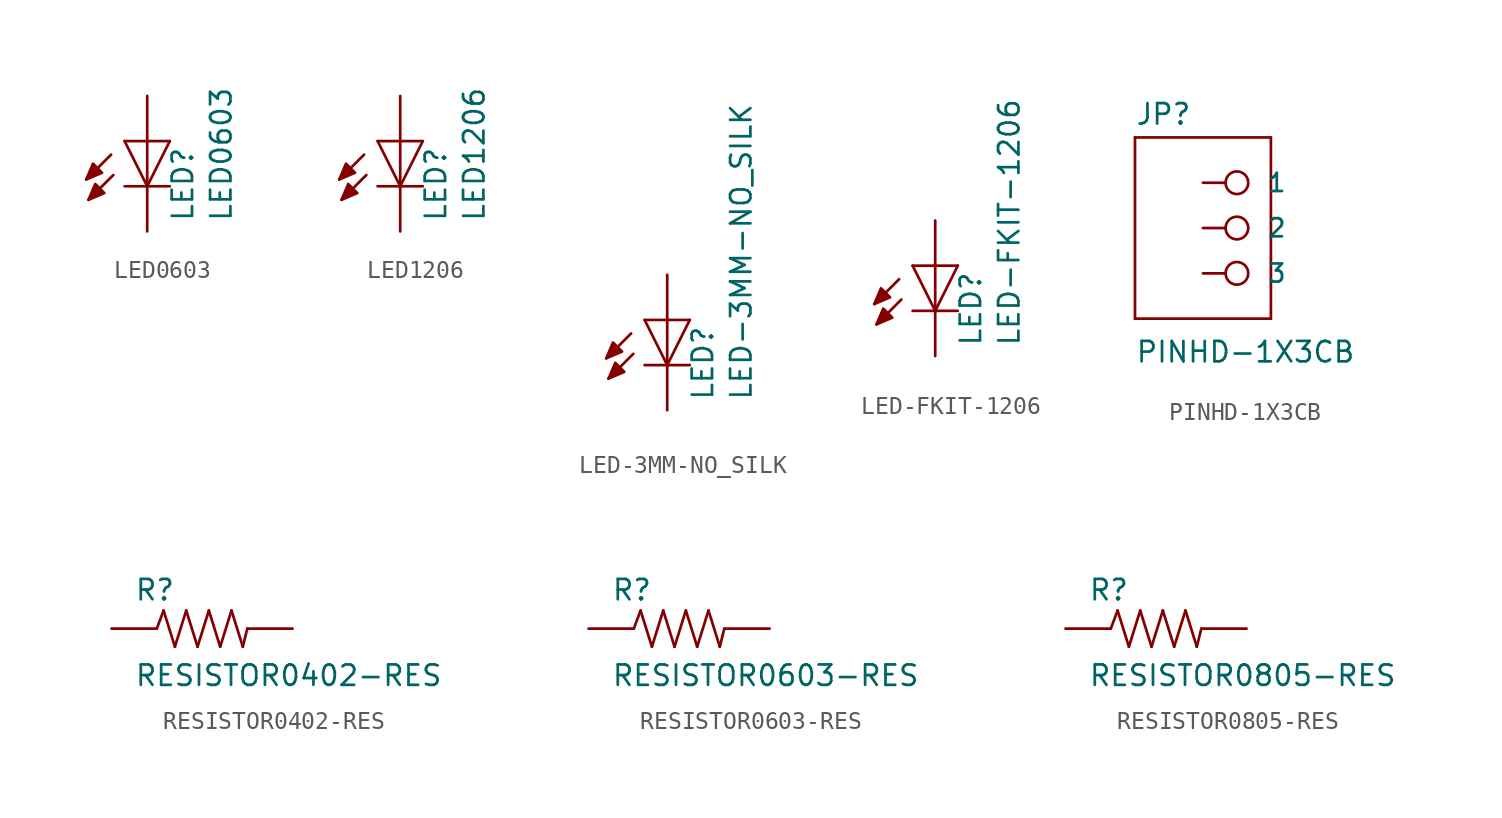
<source format=kicad_sym>
(kicad_symbol_lib
  (version 20211014)
  (generator kicad_symbol_editor)
  (symbol "LED0603"
    (pin_numbers hide)
    (pin_names
      (offset 1.016) hide)
    (property "Reference" "LED"
      (at 2.667 -4.572 90)
      (effects (font (size 1.143 1.143)) (justify left bottom)))
    (property "Value" "LED0603"
      (at 4.826 -4.572 90)
      (effects (font (size 1.143 1.143)) (justify left bottom)))
    (property "ki_locked" ""
      (at 0 0 0)
      (effects (font (size 1.27 1.27))))
    (symbol "LED0603_1_0"
      (polyline (pts (xy -2.032 -0.762) (xy -3.429 -2.159)) (stroke (width 0) (type default) (color 0 0 0 0)) (fill (type none)))
      (polyline (pts (xy -1.905 -1.905) (xy -3.302 -3.302)) (stroke (width 0) (type default) (color 0 0 0 0)) (fill (type none)))
      (polyline (pts (xy 0 -2.54) (xy -1.27 -2.54)) (stroke (width 0) (type default) (color 0 0 0 0)) (fill (type none)))
      (polyline (pts (xy 0 -2.54) (xy -1.27 0)) (stroke (width 0) (type default) (color 0 0 0 0)) (fill (type none)))
      (polyline (pts (xy 0 0) (xy -1.27 0)) (stroke (width 0) (type default) (color 0 0 0 0)) (fill (type none)))
      (polyline (pts (xy 0 0) (xy 0 -2.54)) (stroke (width 0) (type default) (color 0 0 0 0)) (fill (type none)))
      (polyline (pts (xy 1.27 -2.54) (xy 0 -2.54)) (stroke (width 0) (type default) (color 0 0 0 0)) (fill (type none)))
      (polyline (pts (xy 1.27 0) (xy 0 -2.54)) (stroke (width 0) (type default) (color 0 0 0 0)) (fill (type none)))
      (polyline (pts (xy 1.27 0) (xy 0 0)) (stroke (width 0) (type default) (color 0 0 0 0)) (fill (type none))))
    (symbol "LED0603_1_1"
      (polyline (pts (xy -3.429 -2.159) (xy -3.048 -1.27) (xy -3.048 -1.27) (xy -2.54 -1.778) (xy -2.54 -1.778) (xy -3.429 -2.159)) (stroke (width 0) (type default) (color 0 0 0 0)) (fill (type outline)))
      (polyline (pts (xy -3.302 -3.302) (xy -2.921 -2.413) (xy -2.921 -2.413) (xy -2.413 -2.921) (xy -2.413 -2.921) (xy -3.302 -3.302)) (stroke (width 0) (type default) (color 0 0 0 0)) (fill (type outline)))
      (pin passive line (at 0 2.54 270) (length 2.54) (name "A" (effects (font (size 1.016 1.016)))) (number "A" (effects (font (size 1.016 1.016)))))
      (pin passive line (at 0 -5.08 90) (length 2.54) (name "C" (effects (font (size 1.016 1.016)))) (number "C" (effects (font (size 1.016 1.016)))))))
  (symbol "LED1206"
    (pin_numbers hide)
    (pin_names
      (offset 1.016) hide)
    (property "Reference" "LED"
      (at 2.667 -4.572 90)
      (effects (font (size 1.143 1.143)) (justify left bottom)))
    (property "Value" "LED1206"
      (at 4.826 -4.572 90)
      (effects (font (size 1.143 1.143)) (justify left bottom)))
    (property "ki_locked" ""
      (at 0 0 0)
      (effects (font (size 1.27 1.27))))
    (symbol "LED1206_1_0"
      (polyline (pts (xy -2.032 -0.762) (xy -3.429 -2.159)) (stroke (width 0) (type default) (color 0 0 0 0)) (fill (type none)))
      (polyline (pts (xy -1.905 -1.905) (xy -3.302 -3.302)) (stroke (width 0) (type default) (color 0 0 0 0)) (fill (type none)))
      (polyline (pts (xy 0 -2.54) (xy -1.27 -2.54)) (stroke (width 0) (type default) (color 0 0 0 0)) (fill (type none)))
      (polyline (pts (xy 0 -2.54) (xy -1.27 0)) (stroke (width 0) (type default) (color 0 0 0 0)) (fill (type none)))
      (polyline (pts (xy 0 0) (xy -1.27 0)) (stroke (width 0) (type default) (color 0 0 0 0)) (fill (type none)))
      (polyline (pts (xy 0 0) (xy 0 -2.54)) (stroke (width 0) (type default) (color 0 0 0 0)) (fill (type none)))
      (polyline (pts (xy 1.27 -2.54) (xy 0 -2.54)) (stroke (width 0) (type default) (color 0 0 0 0)) (fill (type none)))
      (polyline (pts (xy 1.27 0) (xy 0 -2.54)) (stroke (width 0) (type default) (color 0 0 0 0)) (fill (type none)))
      (polyline (pts (xy 1.27 0) (xy 0 0)) (stroke (width 0) (type default) (color 0 0 0 0)) (fill (type none))))
    (symbol "LED1206_1_1"
      (polyline (pts (xy -3.429 -2.159) (xy -3.048 -1.27) (xy -3.048 -1.27) (xy -2.54 -1.778) (xy -2.54 -1.778) (xy -3.429 -2.159)) (stroke (width 0) (type default) (color 0 0 0 0)) (fill (type outline)))
      (polyline (pts (xy -3.302 -3.302) (xy -2.921 -2.413) (xy -2.921 -2.413) (xy -2.413 -2.921) (xy -2.413 -2.921) (xy -3.302 -3.302)) (stroke (width 0) (type default) (color 0 0 0 0)) (fill (type outline)))
      (pin passive line (at 0 2.54 270) (length 2.54) (name "A" (effects (font (size 1.016 1.016)))) (number "A" (effects (font (size 1.016 1.016)))))
      (pin passive line (at 0 -5.08 90) (length 2.54) (name "C" (effects (font (size 1.016 1.016)))) (number "C" (effects (font (size 1.016 1.016)))))))
  (symbol "LED-3MM-NO_SILK"
    (pin_numbers hide)
    (pin_names
      (offset 1.016) hide)
    (property "Reference" "LED"
      (at 2.667 -4.572 90)
      (effects (font (size 1.143 1.143)) (justify left bottom)))
    (property "Value" "LED-3MM-NO_SILK"
      (at 4.826 -4.572 90)
      (effects (font (size 1.143 1.143)) (justify left bottom)))
    (property "ki_locked" ""
      (at 0 0 0)
      (effects (font (size 1.27 1.27))))
    (symbol "LED-3MM-NO_SILK_1_0"
      (polyline (pts (xy -2.032 -0.762) (xy -3.429 -2.159)) (stroke (width 0) (type default) (color 0 0 0 0)) (fill (type none)))
      (polyline (pts (xy -1.905 -1.905) (xy -3.302 -3.302)) (stroke (width 0) (type default) (color 0 0 0 0)) (fill (type none)))
      (polyline (pts (xy 0 -2.54) (xy -1.27 -2.54)) (stroke (width 0) (type default) (color 0 0 0 0)) (fill (type none)))
      (polyline (pts (xy 0 -2.54) (xy -1.27 0)) (stroke (width 0) (type default) (color 0 0 0 0)) (fill (type none)))
      (polyline (pts (xy 0 0) (xy -1.27 0)) (stroke (width 0) (type default) (color 0 0 0 0)) (fill (type none)))
      (polyline (pts (xy 0 0) (xy 0 -2.54)) (stroke (width 0) (type default) (color 0 0 0 0)) (fill (type none)))
      (polyline (pts (xy 1.27 -2.54) (xy 0 -2.54)) (stroke (width 0) (type default) (color 0 0 0 0)) (fill (type none)))
      (polyline (pts (xy 1.27 0) (xy 0 -2.54)) (stroke (width 0) (type default) (color 0 0 0 0)) (fill (type none)))
      (polyline (pts (xy 1.27 0) (xy 0 0)) (stroke (width 0) (type default) (color 0 0 0 0)) (fill (type none))))
    (symbol "LED-3MM-NO_SILK_1_1"
      (polyline (pts (xy -3.429 -2.159) (xy -3.048 -1.27) (xy -3.048 -1.27) (xy -2.54 -1.778) (xy -2.54 -1.778) (xy -3.429 -2.159)) (stroke (width 0) (type default) (color 0 0 0 0)) (fill (type outline)))
      (polyline (pts (xy -3.302 -3.302) (xy -2.921 -2.413) (xy -2.921 -2.413) (xy -2.413 -2.921) (xy -2.413 -2.921) (xy -3.302 -3.302)) (stroke (width 0) (type default) (color 0 0 0 0)) (fill (type outline)))
      (pin passive line (at 0 2.54 270) (length 2.54) (name "A" (effects (font (size 1.016 1.016)))) (number "A" (effects (font (size 1.016 1.016)))))
      (pin passive line (at 0 -5.08 90) (length 2.54) (name "C" (effects (font (size 1.016 1.016)))) (number "K" (effects (font (size 1.016 1.016)))))))
  (symbol "LED-FKIT-1206"
    (pin_numbers hide)
    (pin_names
      (offset 1.016) hide)
    (property "Reference" "LED"
      (at 2.667 -4.572 90)
      (effects (font (size 1.143 1.143)) (justify left bottom)))
    (property "Value" "LED-FKIT-1206"
      (at 4.826 -4.572 90)
      (effects (font (size 1.143 1.143)) (justify left bottom)))
    (property "ki_locked" ""
      (at 0 0 0)
      (effects (font (size 1.27 1.27))))
    (symbol "LED-FKIT-1206_1_0"
      (polyline (pts (xy -2.032 -0.762) (xy -3.429 -2.159)) (stroke (width 0) (type default) (color 0 0 0 0)) (fill (type none)))
      (polyline (pts (xy -1.905 -1.905) (xy -3.302 -3.302)) (stroke (width 0) (type default) (color 0 0 0 0)) (fill (type none)))
      (polyline (pts (xy 0 -2.54) (xy -1.27 -2.54)) (stroke (width 0) (type default) (color 0 0 0 0)) (fill (type none)))
      (polyline (pts (xy 0 -2.54) (xy -1.27 0)) (stroke (width 0) (type default) (color 0 0 0 0)) (fill (type none)))
      (polyline (pts (xy 0 0) (xy -1.27 0)) (stroke (width 0) (type default) (color 0 0 0 0)) (fill (type none)))
      (polyline (pts (xy 0 0) (xy 0 -2.54)) (stroke (width 0) (type default) (color 0 0 0 0)) (fill (type none)))
      (polyline (pts (xy 1.27 -2.54) (xy 0 -2.54)) (stroke (width 0) (type default) (color 0 0 0 0)) (fill (type none)))
      (polyline (pts (xy 1.27 0) (xy 0 -2.54)) (stroke (width 0) (type default) (color 0 0 0 0)) (fill (type none)))
      (polyline (pts (xy 1.27 0) (xy 0 0)) (stroke (width 0) (type default) (color 0 0 0 0)) (fill (type none))))
    (symbol "LED-FKIT-1206_1_1"
      (polyline (pts (xy -3.429 -2.159) (xy -3.048 -1.27) (xy -3.048 -1.27) (xy -2.54 -1.778) (xy -2.54 -1.778) (xy -3.429 -2.159)) (stroke (width 0) (type default) (color 0 0 0 0)) (fill (type outline)))
      (polyline (pts (xy -3.302 -3.302) (xy -2.921 -2.413) (xy -2.921 -2.413) (xy -2.413 -2.921) (xy -2.413 -2.921) (xy -3.302 -3.302)) (stroke (width 0) (type default) (color 0 0 0 0)) (fill (type outline)))
      (pin passive line (at 0 2.54 270) (length 2.54) (name "A" (effects (font (size 1.016 1.016)))) (number "A" (effects (font (size 1.016 1.016)))))
      (pin passive line (at 0 -5.08 90) (length 2.54) (name "C" (effects (font (size 1.016 1.016)))) (number "C" (effects (font (size 1.016 1.016)))))))
  (symbol "PINHD-1X3CB"
    (pin_numbers hide)
    (pin_names
      (offset 1.016))
    (property "Reference" "JP"
      (at -6.35 5.715 0)
      (effects (font (size 1.143 1.143)) (justify left bottom)))
    (property "Value" "PINHD-1X3CB"
      (at -6.35 -7.62 0)
      (effects (font (size 1.143 1.143)) (justify left bottom)))
    (property "ki_locked" ""
      (at 0 0 0)
      (effects (font (size 1.27 1.27))))
    (symbol "PINHD-1X3CB_1_0"
      (polyline (pts (xy -6.35 -5.08) (xy 1.27 -5.08)) (stroke (width 0) (type default) (color 0 0 0 0)) (fill (type none)))
      (polyline (pts (xy -6.35 5.08) (xy -6.35 -5.08)) (stroke (width 0) (type default) (color 0 0 0 0)) (fill (type none)))
      (polyline (pts (xy 1.27 -5.08) (xy 1.27 5.08)) (stroke (width 0) (type default) (color 0 0 0 0)) (fill (type none)))
      (polyline (pts (xy 1.27 5.08) (xy -6.35 5.08)) (stroke (width 0) (type default) (color 0 0 0 0)) (fill (type none))))
    (symbol "PINHD-1X3CB_1_1"
      (pin passive inverted (at -2.54 2.54 0) (length 2.54) (name "1" (effects (font (size 1.016 1.016)))) (number "1" (effects (font (size 1.016 1.016)))))
      (pin passive inverted (at -2.54 0 0) (length 2.54) (name "2" (effects (font (size 1.016 1.016)))) (number "2" (effects (font (size 1.016 1.016)))))
      (pin passive inverted (at -2.54 -2.54 0) (length 2.54) (name "3" (effects (font (size 1.016 1.016)))) (number "3" (effects (font (size 1.016 1.016)))))))
  (symbol "RESISTOR0402-RES"
    (pin_numbers hide)
    (pin_names
      (offset 1.016) hide)
    (property "Reference" "R"
      (at -3.81 1.499 0)
      (effects (font (size 1.143 1.143)) (justify left bottom)))
    (property "Value" "RESISTOR0402-RES"
      (at -3.81 -3.302 0)
      (effects (font (size 1.143 1.143)) (justify left bottom)))
    (property "ki_locked" ""
      (at 0 0 0)
      (effects (font (size 1.27 1.27))))
    (symbol "RESISTOR0402-RES_1_0"
      (polyline (pts (xy -2.54 0) (xy -2.159 1.016)) (stroke (width 0) (type default) (color 0 0 0 0)) (fill (type none)))
      (polyline (pts (xy -2.159 1.016) (xy -1.524 -1.016)) (stroke (width 0) (type default) (color 0 0 0 0)) (fill (type none)))
      (polyline (pts (xy -1.524 -1.016) (xy -0.889 1.016)) (stroke (width 0) (type default) (color 0 0 0 0)) (fill (type none)))
      (polyline (pts (xy -0.889 1.016) (xy -0.254 -1.016)) (stroke (width 0) (type default) (color 0 0 0 0)) (fill (type none)))
      (polyline (pts (xy -0.254 -1.016) (xy 0.381 1.016)) (stroke (width 0) (type default) (color 0 0 0 0)) (fill (type none)))
      (polyline (pts (xy 0.381 1.016) (xy 1.016 -1.016)) (stroke (width 0) (type default) (color 0 0 0 0)) (fill (type none)))
      (polyline (pts (xy 1.016 -1.016) (xy 1.651 1.016)) (stroke (width 0) (type default) (color 0 0 0 0)) (fill (type none)))
      (polyline (pts (xy 1.651 1.016) (xy 2.286 -1.016)) (stroke (width 0) (type default) (color 0 0 0 0)) (fill (type none)))
      (polyline (pts (xy 2.286 -1.016) (xy 2.54 0)) (stroke (width 0) (type default) (color 0 0 0 0)) (fill (type none))))
    (symbol "RESISTOR0402-RES_1_1"
      (pin passive line (at -5.08 0 0) (length 2.54) (name "1" (effects (font (size 1.016 1.016)))) (number "1" (effects (font (size 1.016 1.016)))))
      (pin passive line (at 5.08 0 180) (length 2.54) (name "2" (effects (font (size 1.016 1.016)))) (number "2" (effects (font (size 1.016 1.016)))))))
  (symbol "RESISTOR0603-RES"
    (pin_numbers hide)
    (pin_names
      (offset 1.016) hide)
    (property "Reference" "R"
      (at -3.81 1.499 0)
      (effects (font (size 1.143 1.143)) (justify left bottom)))
    (property "Value" "RESISTOR0603-RES"
      (at -3.81 -3.302 0)
      (effects (font (size 1.143 1.143)) (justify left bottom)))
    (property "ki_locked" ""
      (at 0 0 0)
      (effects (font (size 1.27 1.27))))
    (symbol "RESISTOR0603-RES_1_0"
      (polyline (pts (xy -2.54 0) (xy -2.159 1.016)) (stroke (width 0) (type default) (color 0 0 0 0)) (fill (type none)))
      (polyline (pts (xy -2.159 1.016) (xy -1.524 -1.016)) (stroke (width 0) (type default) (color 0 0 0 0)) (fill (type none)))
      (polyline (pts (xy -1.524 -1.016) (xy -0.889 1.016)) (stroke (width 0) (type default) (color 0 0 0 0)) (fill (type none)))
      (polyline (pts (xy -0.889 1.016) (xy -0.254 -1.016)) (stroke (width 0) (type default) (color 0 0 0 0)) (fill (type none)))
      (polyline (pts (xy -0.254 -1.016) (xy 0.381 1.016)) (stroke (width 0) (type default) (color 0 0 0 0)) (fill (type none)))
      (polyline (pts (xy 0.381 1.016) (xy 1.016 -1.016)) (stroke (width 0) (type default) (color 0 0 0 0)) (fill (type none)))
      (polyline (pts (xy 1.016 -1.016) (xy 1.651 1.016)) (stroke (width 0) (type default) (color 0 0 0 0)) (fill (type none)))
      (polyline (pts (xy 1.651 1.016) (xy 2.286 -1.016)) (stroke (width 0) (type default) (color 0 0 0 0)) (fill (type none)))
      (polyline (pts (xy 2.286 -1.016) (xy 2.54 0)) (stroke (width 0) (type default) (color 0 0 0 0)) (fill (type none))))
    (symbol "RESISTOR0603-RES_1_1"
      (pin passive line (at -5.08 0 0) (length 2.54) (name "1" (effects (font (size 1.016 1.016)))) (number "1" (effects (font (size 1.016 1.016)))))
      (pin passive line (at 5.08 0 180) (length 2.54) (name "2" (effects (font (size 1.016 1.016)))) (number "2" (effects (font (size 1.016 1.016)))))))
  (symbol "RESISTOR0805-RES"
    (pin_numbers hide)
    (pin_names
      (offset 1.016) hide)
    (property "Reference" "R"
      (at -3.81 1.499 0)
      (effects (font (size 1.143 1.143)) (justify left bottom)))
    (property "Value" "RESISTOR0805-RES"
      (at -3.81 -3.302 0)
      (effects (font (size 1.143 1.143)) (justify left bottom)))
    (property "ki_locked" ""
      (at 0 0 0)
      (effects (font (size 1.27 1.27))))
    (symbol "RESISTOR0805-RES_1_0"
      (polyline (pts (xy -2.54 0) (xy -2.159 1.016)) (stroke (width 0) (type default) (color 0 0 0 0)) (fill (type none)))
      (polyline (pts (xy -2.159 1.016) (xy -1.524 -1.016)) (stroke (width 0) (type default) (color 0 0 0 0)) (fill (type none)))
      (polyline (pts (xy -1.524 -1.016) (xy -0.889 1.016)) (stroke (width 0) (type default) (color 0 0 0 0)) (fill (type none)))
      (polyline (pts (xy -0.889 1.016) (xy -0.254 -1.016)) (stroke (width 0) (type default) (color 0 0 0 0)) (fill (type none)))
      (polyline (pts (xy -0.254 -1.016) (xy 0.381 1.016)) (stroke (width 0) (type default) (color 0 0 0 0)) (fill (type none)))
      (polyline (pts (xy 0.381 1.016) (xy 1.016 -1.016)) (stroke (width 0) (type default) (color 0 0 0 0)) (fill (type none)))
      (polyline (pts (xy 1.016 -1.016) (xy 1.651 1.016)) (stroke (width 0) (type default) (color 0 0 0 0)) (fill (type none)))
      (polyline (pts (xy 1.651 1.016) (xy 2.286 -1.016)) (stroke (width 0) (type default) (color 0 0 0 0)) (fill (type none)))
      (polyline (pts (xy 2.286 -1.016) (xy 2.54 0)) (stroke (width 0) (type default) (color 0 0 0 0)) (fill (type none))))
    (symbol "RESISTOR0805-RES_1_1"
      (pin passive line (at -5.08 0 0) (length 2.54) (name "1" (effects (font (size 1.016 1.016)))) (number "1" (effects (font (size 1.016 1.016)))))
      (pin passive line (at 5.08 0 180) (length 2.54) (name "2" (effects (font (size 1.016 1.016)))) (number "2" (effects (font (size 1.016 1.016))))))))
</source>
